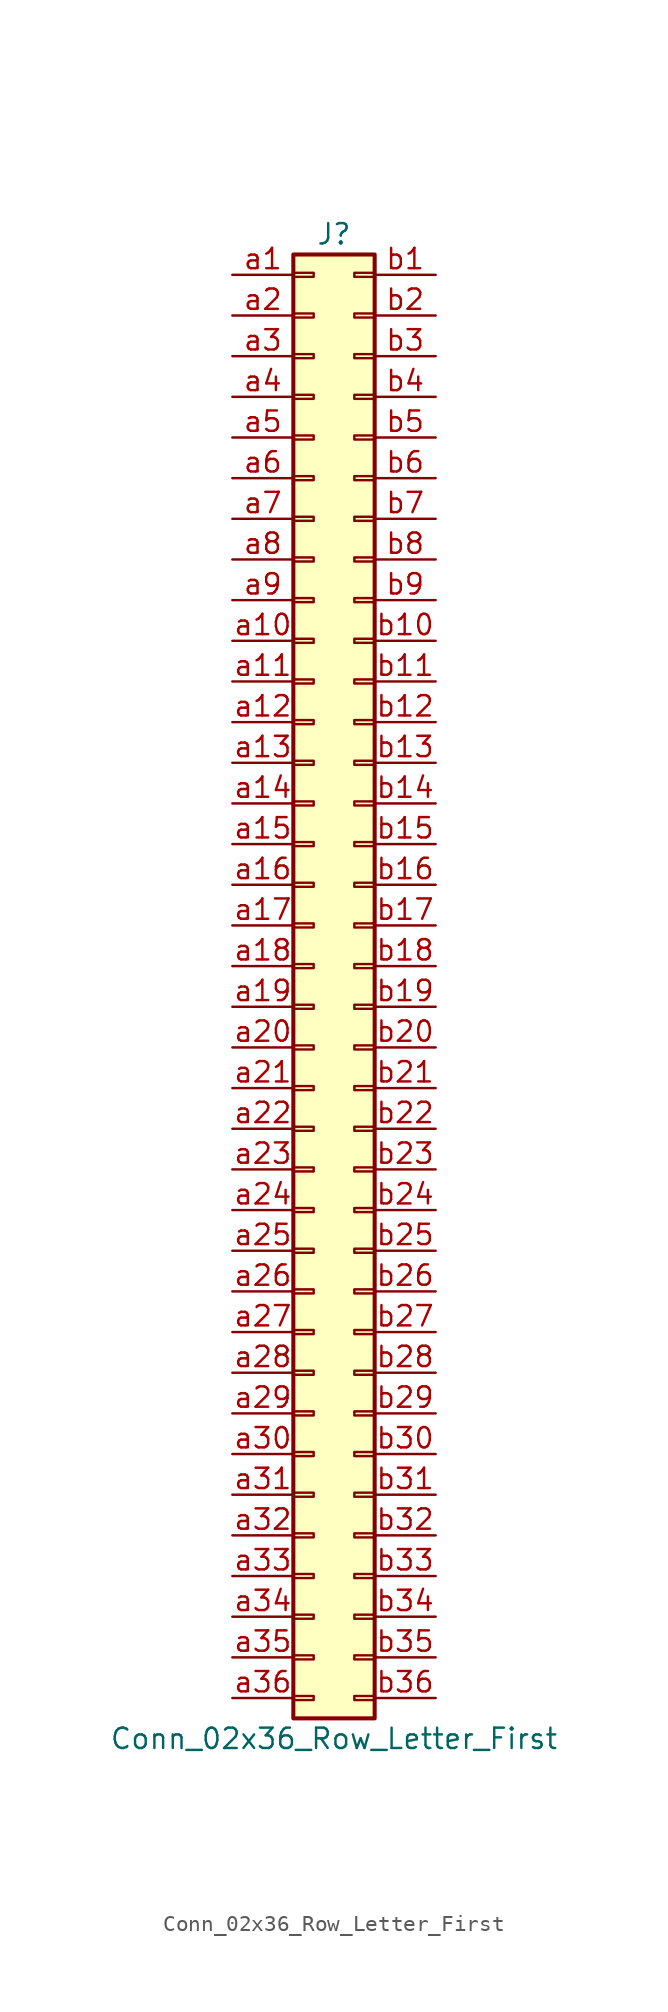
<source format=kicad_sym>
(kicad_symbol_lib
  (version 20220914)
  (generator kicad_symbol_editor)
  (symbol "Conn_02x36_Row_Letter_First"
    (pin_names
      (offset 1.016) hide)
    (property "Reference" "J"
      (at 1.27 45.72 0)
      (effects (font (size 1.27 1.27))))
    (property "Value" "Conn_02x36_Row_Letter_First"
      (at 1.27 -48.26 0)
      (effects (font (size 1.27 1.27))))
    (symbol "Conn_02x36_Row_Letter_First_1_1"
      (rectangle (start -1.27 -45.593) (end 0 -45.847) (stroke (width 0.152) (type default)) (fill (type none)))
      (rectangle (start -1.27 -43.053) (end 0 -43.307) (stroke (width 0.152) (type default)) (fill (type none)))
      (rectangle (start -1.27 -40.513) (end 0 -40.767) (stroke (width 0.152) (type default)) (fill (type none)))
      (rectangle (start -1.27 -37.973) (end 0 -38.227) (stroke (width 0.152) (type default)) (fill (type none)))
      (rectangle (start -1.27 -35.433) (end 0 -35.687) (stroke (width 0.152) (type default)) (fill (type none)))
      (rectangle (start -1.27 -32.893) (end 0 -33.147) (stroke (width 0.152) (type default)) (fill (type none)))
      (rectangle (start -1.27 -30.353) (end 0 -30.607) (stroke (width 0.152) (type default)) (fill (type none)))
      (rectangle (start -1.27 -27.813) (end 0 -28.067) (stroke (width 0.152) (type default)) (fill (type none)))
      (rectangle (start -1.27 -25.273) (end 0 -25.527) (stroke (width 0.152) (type default)) (fill (type none)))
      (rectangle (start -1.27 -22.733) (end 0 -22.987) (stroke (width 0.152) (type default)) (fill (type none)))
      (rectangle (start -1.27 -20.193) (end 0 -20.447) (stroke (width 0.152) (type default)) (fill (type none)))
      (rectangle (start -1.27 -17.653) (end 0 -17.907) (stroke (width 0.152) (type default)) (fill (type none)))
      (rectangle (start -1.27 -15.113) (end 0 -15.367) (stroke (width 0.152) (type default)) (fill (type none)))
      (rectangle (start -1.27 -12.573) (end 0 -12.827) (stroke (width 0.152) (type default)) (fill (type none)))
      (rectangle (start -1.27 -10.033) (end 0 -10.287) (stroke (width 0.152) (type default)) (fill (type none)))
      (rectangle (start -1.27 -7.493) (end 0 -7.747) (stroke (width 0.152) (type default)) (fill (type none)))
      (rectangle (start -1.27 -4.953) (end 0 -5.207) (stroke (width 0.152) (type default)) (fill (type none)))
      (rectangle (start -1.27 -2.413) (end 0 -2.667) (stroke (width 0.152) (type default)) (fill (type none)))
      (rectangle (start -1.27 0.127) (end 0 -0.127) (stroke (width 0.152) (type default)) (fill (type none)))
      (rectangle (start -1.27 2.667) (end 0 2.413) (stroke (width 0.152) (type default)) (fill (type none)))
      (rectangle (start -1.27 5.207) (end 0 4.953) (stroke (width 0.152) (type default)) (fill (type none)))
      (rectangle (start -1.27 7.747) (end 0 7.493) (stroke (width 0.152) (type default)) (fill (type none)))
      (rectangle (start -1.27 10.287) (end 0 10.033) (stroke (width 0.152) (type default)) (fill (type none)))
      (rectangle (start -1.27 12.827) (end 0 12.573) (stroke (width 0.152) (type default)) (fill (type none)))
      (rectangle (start -1.27 15.367) (end 0 15.113) (stroke (width 0.152) (type default)) (fill (type none)))
      (rectangle (start -1.27 17.907) (end 0 17.653) (stroke (width 0.152) (type default)) (fill (type none)))
      (rectangle (start -1.27 20.447) (end 0 20.193) (stroke (width 0.152) (type default)) (fill (type none)))
      (rectangle (start -1.27 22.987) (end 0 22.733) (stroke (width 0.152) (type default)) (fill (type none)))
      (rectangle (start -1.27 25.527) (end 0 25.273) (stroke (width 0.152) (type default)) (fill (type none)))
      (rectangle (start -1.27 28.067) (end 0 27.813) (stroke (width 0.152) (type default)) (fill (type none)))
      (rectangle (start -1.27 30.607) (end 0 30.353) (stroke (width 0.152) (type default)) (fill (type none)))
      (rectangle (start -1.27 33.147) (end 0 32.893) (stroke (width 0.152) (type default)) (fill (type none)))
      (rectangle (start -1.27 35.687) (end 0 35.433) (stroke (width 0.152) (type default)) (fill (type none)))
      (rectangle (start -1.27 38.227) (end 0 37.973) (stroke (width 0.152) (type default)) (fill (type none)))
      (rectangle (start -1.27 40.767) (end 0 40.513) (stroke (width 0.152) (type default)) (fill (type none)))
      (rectangle (start -1.27 43.307) (end 0 43.053) (stroke (width 0.152) (type default)) (fill (type none)))
      (rectangle (start -1.27 44.45) (end 3.81 -46.99) (stroke (width 0.254) (type default)) (fill (type background)))
      (rectangle (start 3.81 -45.593) (end 2.54 -45.847) (stroke (width 0.152) (type default)) (fill (type none)))
      (rectangle (start 3.81 -43.053) (end 2.54 -43.307) (stroke (width 0.152) (type default)) (fill (type none)))
      (rectangle (start 3.81 -40.513) (end 2.54 -40.767) (stroke (width 0.152) (type default)) (fill (type none)))
      (rectangle (start 3.81 -37.973) (end 2.54 -38.227) (stroke (width 0.152) (type default)) (fill (type none)))
      (rectangle (start 3.81 -35.433) (end 2.54 -35.687) (stroke (width 0.152) (type default)) (fill (type none)))
      (rectangle (start 3.81 -32.893) (end 2.54 -33.147) (stroke (width 0.152) (type default)) (fill (type none)))
      (rectangle (start 3.81 -30.353) (end 2.54 -30.607) (stroke (width 0.152) (type default)) (fill (type none)))
      (rectangle (start 3.81 -27.813) (end 2.54 -28.067) (stroke (width 0.152) (type default)) (fill (type none)))
      (rectangle (start 3.81 -25.273) (end 2.54 -25.527) (stroke (width 0.152) (type default)) (fill (type none)))
      (rectangle (start 3.81 -22.733) (end 2.54 -22.987) (stroke (width 0.152) (type default)) (fill (type none)))
      (rectangle (start 3.81 -20.193) (end 2.54 -20.447) (stroke (width 0.152) (type default)) (fill (type none)))
      (rectangle (start 3.81 -17.653) (end 2.54 -17.907) (stroke (width 0.152) (type default)) (fill (type none)))
      (rectangle (start 3.81 -15.113) (end 2.54 -15.367) (stroke (width 0.152) (type default)) (fill (type none)))
      (rectangle (start 3.81 -12.573) (end 2.54 -12.827) (stroke (width 0.152) (type default)) (fill (type none)))
      (rectangle (start 3.81 -10.033) (end 2.54 -10.287) (stroke (width 0.152) (type default)) (fill (type none)))
      (rectangle (start 3.81 -7.493) (end 2.54 -7.747) (stroke (width 0.152) (type default)) (fill (type none)))
      (rectangle (start 3.81 -4.953) (end 2.54 -5.207) (stroke (width 0.152) (type default)) (fill (type none)))
      (rectangle (start 3.81 -2.413) (end 2.54 -2.667) (stroke (width 0.152) (type default)) (fill (type none)))
      (rectangle (start 3.81 0.127) (end 2.54 -0.127) (stroke (width 0.152) (type default)) (fill (type none)))
      (rectangle (start 3.81 2.667) (end 2.54 2.413) (stroke (width 0.152) (type default)) (fill (type none)))
      (rectangle (start 3.81 5.207) (end 2.54 4.953) (stroke (width 0.152) (type default)) (fill (type none)))
      (rectangle (start 3.81 7.747) (end 2.54 7.493) (stroke (width 0.152) (type default)) (fill (type none)))
      (rectangle (start 3.81 10.287) (end 2.54 10.033) (stroke (width 0.152) (type default)) (fill (type none)))
      (rectangle (start 3.81 12.827) (end 2.54 12.573) (stroke (width 0.152) (type default)) (fill (type none)))
      (rectangle (start 3.81 15.367) (end 2.54 15.113) (stroke (width 0.152) (type default)) (fill (type none)))
      (rectangle (start 3.81 17.907) (end 2.54 17.653) (stroke (width 0.152) (type default)) (fill (type none)))
      (rectangle (start 3.81 20.447) (end 2.54 20.193) (stroke (width 0.152) (type default)) (fill (type none)))
      (rectangle (start 3.81 22.987) (end 2.54 22.733) (stroke (width 0.152) (type default)) (fill (type none)))
      (rectangle (start 3.81 25.527) (end 2.54 25.273) (stroke (width 0.152) (type default)) (fill (type none)))
      (rectangle (start 3.81 28.067) (end 2.54 27.813) (stroke (width 0.152) (type default)) (fill (type none)))
      (rectangle (start 3.81 30.607) (end 2.54 30.353) (stroke (width 0.152) (type default)) (fill (type none)))
      (rectangle (start 3.81 33.147) (end 2.54 32.893) (stroke (width 0.152) (type default)) (fill (type none)))
      (rectangle (start 3.81 35.687) (end 2.54 35.433) (stroke (width 0.152) (type default)) (fill (type none)))
      (rectangle (start 3.81 38.227) (end 2.54 37.973) (stroke (width 0.152) (type default)) (fill (type none)))
      (rectangle (start 3.81 40.767) (end 2.54 40.513) (stroke (width 0.152) (type default)) (fill (type none)))
      (rectangle (start 3.81 43.307) (end 2.54 43.053) (stroke (width 0.152) (type default)) (fill (type none)))
      (pin passive line (at -5.08 43.18 0) (length 3.81) (name "Pin_a1" (effects (font (size 1.27 1.27)))) (number "a1" (effects (font (size 1.27 1.27)))))
      (pin passive line (at -5.08 20.32 0) (length 3.81) (name "Pin_a10" (effects (font (size 1.27 1.27)))) (number "a10" (effects (font (size 1.27 1.27)))))
      (pin passive line (at -5.08 17.78 0) (length 3.81) (name "Pin_a11" (effects (font (size 1.27 1.27)))) (number "a11" (effects (font (size 1.27 1.27)))))
      (pin passive line (at -5.08 15.24 0) (length 3.81) (name "Pin_a12" (effects (font (size 1.27 1.27)))) (number "a12" (effects (font (size 1.27 1.27)))))
      (pin passive line (at -5.08 12.7 0) (length 3.81) (name "Pin_a13" (effects (font (size 1.27 1.27)))) (number "a13" (effects (font (size 1.27 1.27)))))
      (pin passive line (at -5.08 10.16 0) (length 3.81) (name "Pin_a14" (effects (font (size 1.27 1.27)))) (number "a14" (effects (font (size 1.27 1.27)))))
      (pin passive line (at -5.08 7.62 0) (length 3.81) (name "Pin_a15" (effects (font (size 1.27 1.27)))) (number "a15" (effects (font (size 1.27 1.27)))))
      (pin passive line (at -5.08 5.08 0) (length 3.81) (name "Pin_a16" (effects (font (size 1.27 1.27)))) (number "a16" (effects (font (size 1.27 1.27)))))
      (pin passive line (at -5.08 2.54 0) (length 3.81) (name "Pin_a17" (effects (font (size 1.27 1.27)))) (number "a17" (effects (font (size 1.27 1.27)))))
      (pin passive line (at -5.08 0 0) (length 3.81) (name "Pin_a18" (effects (font (size 1.27 1.27)))) (number "a18" (effects (font (size 1.27 1.27)))))
      (pin passive line (at -5.08 -2.54 0) (length 3.81) (name "Pin_a19" (effects (font (size 1.27 1.27)))) (number "a19" (effects (font (size 1.27 1.27)))))
      (pin passive line (at -5.08 40.64 0) (length 3.81) (name "Pin_a2" (effects (font (size 1.27 1.27)))) (number "a2" (effects (font (size 1.27 1.27)))))
      (pin passive line (at -5.08 -5.08 0) (length 3.81) (name "Pin_a20" (effects (font (size 1.27 1.27)))) (number "a20" (effects (font (size 1.27 1.27)))))
      (pin passive line (at -5.08 -7.62 0) (length 3.81) (name "Pin_a21" (effects (font (size 1.27 1.27)))) (number "a21" (effects (font (size 1.27 1.27)))))
      (pin passive line (at -5.08 -10.16 0) (length 3.81) (name "Pin_a22" (effects (font (size 1.27 1.27)))) (number "a22" (effects (font (size 1.27 1.27)))))
      (pin passive line (at -5.08 -12.7 0) (length 3.81) (name "Pin_a23" (effects (font (size 1.27 1.27)))) (number "a23" (effects (font (size 1.27 1.27)))))
      (pin passive line (at -5.08 -15.24 0) (length 3.81) (name "Pin_a24" (effects (font (size 1.27 1.27)))) (number "a24" (effects (font (size 1.27 1.27)))))
      (pin passive line (at -5.08 -17.78 0) (length 3.81) (name "Pin_a25" (effects (font (size 1.27 1.27)))) (number "a25" (effects (font (size 1.27 1.27)))))
      (pin passive line (at -5.08 -20.32 0) (length 3.81) (name "Pin_a26" (effects (font (size 1.27 1.27)))) (number "a26" (effects (font (size 1.27 1.27)))))
      (pin passive line (at -5.08 -22.86 0) (length 3.81) (name "Pin_a27" (effects (font (size 1.27 1.27)))) (number "a27" (effects (font (size 1.27 1.27)))))
      (pin passive line (at -5.08 -25.4 0) (length 3.81) (name "Pin_a28" (effects (font (size 1.27 1.27)))) (number "a28" (effects (font (size 1.27 1.27)))))
      (pin passive line (at -5.08 -27.94 0) (length 3.81) (name "Pin_a29" (effects (font (size 1.27 1.27)))) (number "a29" (effects (font (size 1.27 1.27)))))
      (pin passive line (at -5.08 38.1 0) (length 3.81) (name "Pin_a3" (effects (font (size 1.27 1.27)))) (number "a3" (effects (font (size 1.27 1.27)))))
      (pin passive line (at -5.08 -30.48 0) (length 3.81) (name "Pin_a30" (effects (font (size 1.27 1.27)))) (number "a30" (effects (font (size 1.27 1.27)))))
      (pin passive line (at -5.08 -33.02 0) (length 3.81) (name "Pin_a31" (effects (font (size 1.27 1.27)))) (number "a31" (effects (font (size 1.27 1.27)))))
      (pin passive line (at -5.08 -35.56 0) (length 3.81) (name "Pin_a32" (effects (font (size 1.27 1.27)))) (number "a32" (effects (font (size 1.27 1.27)))))
      (pin passive line (at -5.08 -38.1 0) (length 3.81) (name "Pin_a33" (effects (font (size 1.27 1.27)))) (number "a33" (effects (font (size 1.27 1.27)))))
      (pin passive line (at -5.08 -40.64 0) (length 3.81) (name "Pin_a34" (effects (font (size 1.27 1.27)))) (number "a34" (effects (font (size 1.27 1.27)))))
      (pin passive line (at -5.08 -43.18 0) (length 3.81) (name "Pin_a35" (effects (font (size 1.27 1.27)))) (number "a35" (effects (font (size 1.27 1.27)))))
      (pin passive line (at -5.08 -45.72 0) (length 3.81) (name "Pin_a36" (effects (font (size 1.27 1.27)))) (number "a36" (effects (font (size 1.27 1.27)))))
      (pin passive line (at -5.08 35.56 0) (length 3.81) (name "Pin_a4" (effects (font (size 1.27 1.27)))) (number "a4" (effects (font (size 1.27 1.27)))))
      (pin passive line (at -5.08 33.02 0) (length 3.81) (name "Pin_a5" (effects (font (size 1.27 1.27)))) (number "a5" (effects (font (size 1.27 1.27)))))
      (pin passive line (at -5.08 30.48 0) (length 3.81) (name "Pin_a6" (effects (font (size 1.27 1.27)))) (number "a6" (effects (font (size 1.27 1.27)))))
      (pin passive line (at -5.08 27.94 0) (length 3.81) (name "Pin_a7" (effects (font (size 1.27 1.27)))) (number "a7" (effects (font (size 1.27 1.27)))))
      (pin passive line (at -5.08 25.4 0) (length 3.81) (name "Pin_a8" (effects (font (size 1.27 1.27)))) (number "a8" (effects (font (size 1.27 1.27)))))
      (pin passive line (at -5.08 22.86 0) (length 3.81) (name "Pin_a9" (effects (font (size 1.27 1.27)))) (number "a9" (effects (font (size 1.27 1.27)))))
      (pin passive line (at 7.62 43.18 180) (length 3.81) (name "Pin_b1" (effects (font (size 1.27 1.27)))) (number "b1" (effects (font (size 1.27 1.27)))))
      (pin passive line (at 7.62 20.32 180) (length 3.81) (name "Pin_b10" (effects (font (size 1.27 1.27)))) (number "b10" (effects (font (size 1.27 1.27)))))
      (pin passive line (at 7.62 17.78 180) (length 3.81) (name "Pin_b11" (effects (font (size 1.27 1.27)))) (number "b11" (effects (font (size 1.27 1.27)))))
      (pin passive line (at 7.62 15.24 180) (length 3.81) (name "Pin_b12" (effects (font (size 1.27 1.27)))) (number "b12" (effects (font (size 1.27 1.27)))))
      (pin passive line (at 7.62 12.7 180) (length 3.81) (name "Pin_b13" (effects (font (size 1.27 1.27)))) (number "b13" (effects (font (size 1.27 1.27)))))
      (pin passive line (at 7.62 10.16 180) (length 3.81) (name "Pin_b14" (effects (font (size 1.27 1.27)))) (number "b14" (effects (font (size 1.27 1.27)))))
      (pin passive line (at 7.62 7.62 180) (length 3.81) (name "Pin_b15" (effects (font (size 1.27 1.27)))) (number "b15" (effects (font (size 1.27 1.27)))))
      (pin passive line (at 7.62 5.08 180) (length 3.81) (name "Pin_b16" (effects (font (size 1.27 1.27)))) (number "b16" (effects (font (size 1.27 1.27)))))
      (pin passive line (at 7.62 2.54 180) (length 3.81) (name "Pin_b17" (effects (font (size 1.27 1.27)))) (number "b17" (effects (font (size 1.27 1.27)))))
      (pin passive line (at 7.62 0 180) (length 3.81) (name "Pin_b18" (effects (font (size 1.27 1.27)))) (number "b18" (effects (font (size 1.27 1.27)))))
      (pin passive line (at 7.62 -2.54 180) (length 3.81) (name "Pin_b19" (effects (font (size 1.27 1.27)))) (number "b19" (effects (font (size 1.27 1.27)))))
      (pin passive line (at 7.62 40.64 180) (length 3.81) (name "Pin_b2" (effects (font (size 1.27 1.27)))) (number "b2" (effects (font (size 1.27 1.27)))))
      (pin passive line (at 7.62 -5.08 180) (length 3.81) (name "Pin_b20" (effects (font (size 1.27 1.27)))) (number "b20" (effects (font (size 1.27 1.27)))))
      (pin passive line (at 7.62 -7.62 180) (length 3.81) (name "Pin_b21" (effects (font (size 1.27 1.27)))) (number "b21" (effects (font (size 1.27 1.27)))))
      (pin passive line (at 7.62 -10.16 180) (length 3.81) (name "Pin_b22" (effects (font (size 1.27 1.27)))) (number "b22" (effects (font (size 1.27 1.27)))))
      (pin passive line (at 7.62 -12.7 180) (length 3.81) (name "Pin_b23" (effects (font (size 1.27 1.27)))) (number "b23" (effects (font (size 1.27 1.27)))))
      (pin passive line (at 7.62 -15.24 180) (length 3.81) (name "Pin_b24" (effects (font (size 1.27 1.27)))) (number "b24" (effects (font (size 1.27 1.27)))))
      (pin passive line (at 7.62 -17.78 180) (length 3.81) (name "Pin_b25" (effects (font (size 1.27 1.27)))) (number "b25" (effects (font (size 1.27 1.27)))))
      (pin passive line (at 7.62 -20.32 180) (length 3.81) (name "Pin_b26" (effects (font (size 1.27 1.27)))) (number "b26" (effects (font (size 1.27 1.27)))))
      (pin passive line (at 7.62 -22.86 180) (length 3.81) (name "Pin_b27" (effects (font (size 1.27 1.27)))) (number "b27" (effects (font (size 1.27 1.27)))))
      (pin passive line (at 7.62 -25.4 180) (length 3.81) (name "Pin_b28" (effects (font (size 1.27 1.27)))) (number "b28" (effects (font (size 1.27 1.27)))))
      (pin passive line (at 7.62 -27.94 180) (length 3.81) (name "Pin_b29" (effects (font (size 1.27 1.27)))) (number "b29" (effects (font (size 1.27 1.27)))))
      (pin passive line (at 7.62 38.1 180) (length 3.81) (name "Pin_b3" (effects (font (size 1.27 1.27)))) (number "b3" (effects (font (size 1.27 1.27)))))
      (pin passive line (at 7.62 -30.48 180) (length 3.81) (name "Pin_b30" (effects (font (size 1.27 1.27)))) (number "b30" (effects (font (size 1.27 1.27)))))
      (pin passive line (at 7.62 -33.02 180) (length 3.81) (name "Pin_b31" (effects (font (size 1.27 1.27)))) (number "b31" (effects (font (size 1.27 1.27)))))
      (pin passive line (at 7.62 -35.56 180) (length 3.81) (name "Pin_b32" (effects (font (size 1.27 1.27)))) (number "b32" (effects (font (size 1.27 1.27)))))
      (pin passive line (at 7.62 -38.1 180) (length 3.81) (name "Pin_b33" (effects (font (size 1.27 1.27)))) (number "b33" (effects (font (size 1.27 1.27)))))
      (pin passive line (at 7.62 -40.64 180) (length 3.81) (name "Pin_b34" (effects (font (size 1.27 1.27)))) (number "b34" (effects (font (size 1.27 1.27)))))
      (pin passive line (at 7.62 -43.18 180) (length 3.81) (name "Pin_b35" (effects (font (size 1.27 1.27)))) (number "b35" (effects (font (size 1.27 1.27)))))
      (pin passive line (at 7.62 -45.72 180) (length 3.81) (name "Pin_b36" (effects (font (size 1.27 1.27)))) (number "b36" (effects (font (size 1.27 1.27)))))
      (pin passive line (at 7.62 35.56 180) (length 3.81) (name "Pin_b4" (effects (font (size 1.27 1.27)))) (number "b4" (effects (font (size 1.27 1.27)))))
      (pin passive line (at 7.62 33.02 180) (length 3.81) (name "Pin_b5" (effects (font (size 1.27 1.27)))) (number "b5" (effects (font (size 1.27 1.27)))))
      (pin passive line (at 7.62 30.48 180) (length 3.81) (name "Pin_b6" (effects (font (size 1.27 1.27)))) (number "b6" (effects (font (size 1.27 1.27)))))
      (pin passive line (at 7.62 27.94 180) (length 3.81) (name "Pin_b7" (effects (font (size 1.27 1.27)))) (number "b7" (effects (font (size 1.27 1.27)))))
      (pin passive line (at 7.62 25.4 180) (length 3.81) (name "Pin_b8" (effects (font (size 1.27 1.27)))) (number "b8" (effects (font (size 1.27 1.27)))))
      (pin passive line (at 7.62 22.86 180) (length 3.81) (name "Pin_b9" (effects (font (size 1.27 1.27)))) (number "b9" (effects (font (size 1.27 1.27))))))))
</source>
